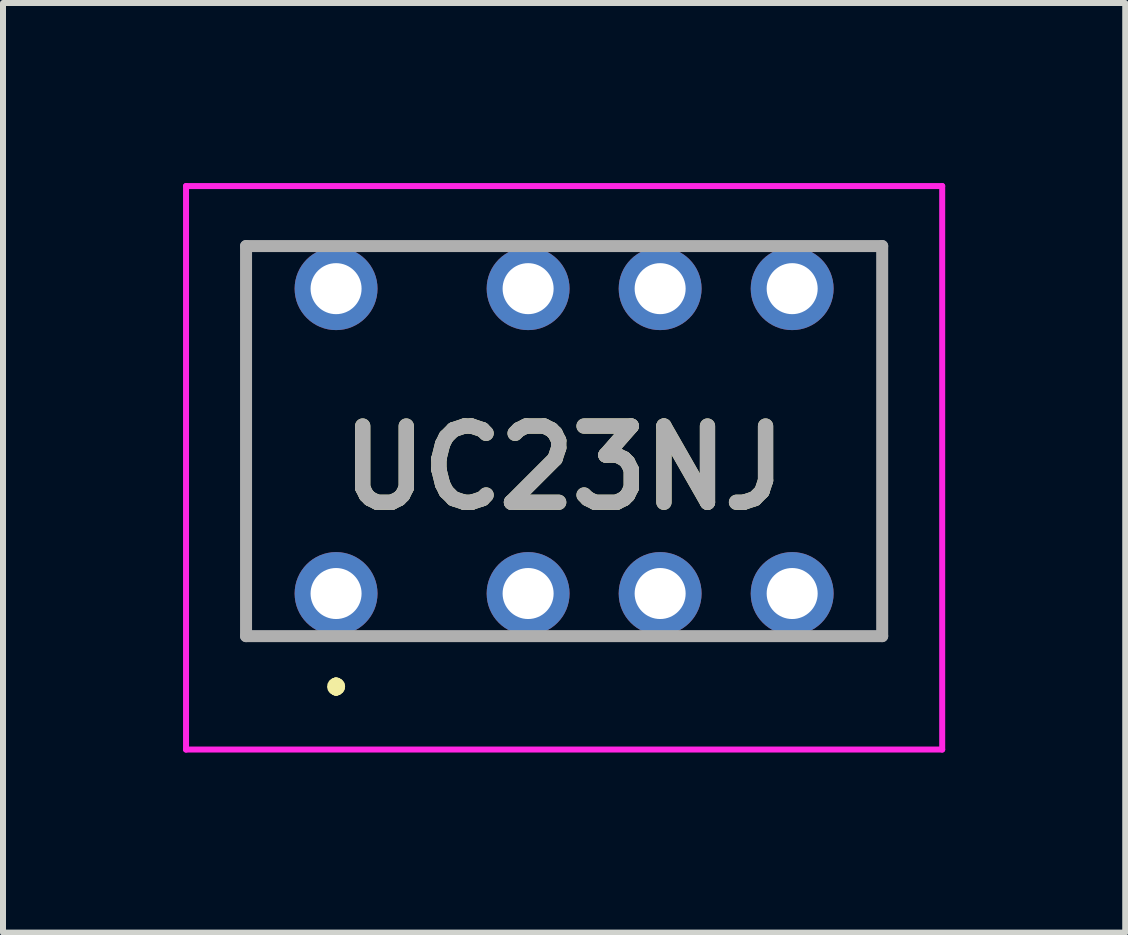
<source format=kicad_pcb>
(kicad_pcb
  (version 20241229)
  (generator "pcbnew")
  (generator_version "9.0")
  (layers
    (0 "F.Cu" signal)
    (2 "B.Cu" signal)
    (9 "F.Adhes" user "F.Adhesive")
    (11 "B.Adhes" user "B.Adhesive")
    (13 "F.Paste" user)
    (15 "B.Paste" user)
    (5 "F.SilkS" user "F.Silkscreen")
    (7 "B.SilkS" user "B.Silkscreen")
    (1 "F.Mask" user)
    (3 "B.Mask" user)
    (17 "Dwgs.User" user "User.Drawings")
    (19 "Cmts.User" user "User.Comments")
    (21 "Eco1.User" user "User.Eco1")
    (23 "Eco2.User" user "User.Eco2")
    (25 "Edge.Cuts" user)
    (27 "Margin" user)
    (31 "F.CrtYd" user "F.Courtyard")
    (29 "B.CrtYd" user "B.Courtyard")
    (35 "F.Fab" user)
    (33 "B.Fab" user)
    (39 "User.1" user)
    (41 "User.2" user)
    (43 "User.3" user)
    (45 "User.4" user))
  (footprint "UC23NJ"
    (layer "F.Cu")
    (at 2.55 6.84)
    (property "Reference" "UC23NJ" (at 3.8 -2.095 0) (layer "F.SilkS") (effects (font (size 1.27 1.27) (thickness 0.254))))
    (attr through_hole)
    (fp_line (start -1.5 -5.79) (end -1.5 -5.79) (stroke (width 0.1) (type solid)) (layer "F.SilkS"))
    (fp_line (start -1.5 -5.79) (end -1.5 -5.79) (stroke (width 0.1) (type solid)) (layer "F.SilkS"))
    (fp_line (start -1.5 -5.79) (end -1.5 0.71) (stroke (width 0.1) (type solid)) (layer "F.SilkS"))
    (fp_line (start -1.5 -5.79) (end -1.25 -5.79) (stroke (width 0.1) (type solid)) (layer "F.SilkS"))
    (fp_line (start -1.5 0.71) (end -1.5 -5.79) (stroke (width 0.1) (type solid)) (layer "F.SilkS"))
    (fp_line (start -1.5 0.71) (end -1.5 0.71) (stroke (width 0.1) (type solid)) (layer "F.SilkS"))
    (fp_line (start -1.5 0.71) (end -1.5 0.71) (stroke (width 0.1) (type solid)) (layer "F.SilkS"))
    (fp_line (start -1.5 0.71) (end -1.25 0.71) (stroke (width 0.1) (type solid)) (layer "F.SilkS"))
    (fp_line (start -1.25 -5.79) (end -1.5 -5.79) (stroke (width 0.1) (type solid)) (layer "F.SilkS"))
    (fp_line (start -1.25 -5.79) (end -1.25 -5.79) (stroke (width 0.1) (type solid)) (layer "F.SilkS"))
    (fp_line (start -1.25 0.71) (end -1.5 0.71) (stroke (width 0.1) (type solid)) (layer "F.SilkS"))
    (fp_line (start -1.25 0.71) (end -1.25 0.71) (stroke (width 0.1) (type solid)) (layer "F.SilkS"))
    (fp_line (start 0 1.5) (end 0 1.5) (stroke (width 0.2) (type solid)) (layer "F.SilkS"))
    (fp_line (start 0 1.6) (end 0 1.6) (stroke (width 0.2) (type solid)) (layer "F.SilkS"))
    (fp_line (start 0 1.6) (end 0 1.6) (stroke (width 0.2) (type solid)) (layer "F.SilkS"))
    (fp_line (start 1 -5.79) (end 1 -5.79) (stroke (width 0.1) (type solid)) (layer "F.SilkS"))
    (fp_line (start 1 -5.79) (end 2.25 -5.79) (stroke (width 0.1) (type solid)) (layer "F.SilkS"))
    (fp_line (start 1 0.71) (end 1 0.71) (stroke (width 0.1) (type solid)) (layer "F.SilkS"))
    (fp_line (start 1 0.71) (end 2.25 0.71) (stroke (width 0.1) (type solid)) (layer "F.SilkS"))
    (fp_line (start 2.25 -5.79) (end 1 -5.79) (stroke (width 0.1) (type solid)) (layer "F.SilkS"))
    (fp_line (start 2.25 -5.79) (end 2.25 -5.79) (stroke (width 0.1) (type solid)) (layer "F.SilkS"))
    (fp_line (start 2.25 0.71) (end 1 0.71) (stroke (width 0.1) (type solid)) (layer "F.SilkS"))
    (fp_line (start 2.25 0.71) (end 2.25 0.71) (stroke (width 0.1) (type solid)) (layer "F.SilkS"))
    (fp_line (start 8.75 -5.79) (end 8.75 -5.79) (stroke (width 0.1) (type solid)) (layer "F.SilkS"))
    (fp_line (start 8.75 -5.79) (end 9.1 -5.79) (stroke (width 0.1) (type solid)) (layer "F.SilkS"))
    (fp_line (start 8.75 0.71) (end 8.75 0.71) (stroke (width 0.1) (type solid)) (layer "F.SilkS"))
    (fp_line (start 8.75 0.71) (end 9.1 0.71) (stroke (width 0.1) (type solid)) (layer "F.SilkS"))
    (fp_line (start 9.1 -5.79) (end 8.75 -5.79) (stroke (width 0.1) (type solid)) (layer "F.SilkS"))
    (fp_line (start 9.1 -5.79) (end 9.1 -5.79) (stroke (width 0.1) (type solid)) (layer "F.SilkS"))
    (fp_line (start 9.1 -5.79) (end 9.1 -5.79) (stroke (width 0.1) (type solid)) (layer "F.SilkS"))
    (fp_line (start 9.1 -5.79) (end 9.1 0.71) (stroke (width 0.1) (type solid)) (layer "F.SilkS"))
    (fp_line (start 9.1 0.71) (end 8.75 0.71) (stroke (width 0.1) (type solid)) (layer "F.SilkS"))
    (fp_line (start 9.1 0.71) (end 9.1 -5.79) (stroke (width 0.1) (type solid)) (layer "F.SilkS"))
    (fp_line (start 9.1 0.71) (end 9.1 0.71) (stroke (width 0.1) (type solid)) (layer "F.SilkS"))
    (fp_line (start 9.1 0.71) (end 9.1 0.71) (stroke (width 0.1) (type solid)) (layer "F.SilkS"))
    (fp_arc (start 0 1.5) (mid 0.05 1.55) (end 0 1.6) (stroke (width 0.2) (type solid)) (layer "F.SilkS"))
    (fp_arc (start 0 1.5) (mid 0.05 1.55) (end 0 1.6) (stroke (width 0.2) (type solid)) (layer "F.SilkS"))
    (fp_arc (start 0 1.6) (mid -0.05 1.55) (end 0 1.5) (stroke (width 0.2) (type solid)) (layer "F.SilkS"))
    (fp_line (start -2.5 -6.79) (end -2.5 2.6) (stroke (width 0.1) (type solid)) (layer "F.CrtYd"))
    (fp_line (start -2.5 2.6) (end 10.1 2.6) (stroke (width 0.1) (type solid)) (layer "F.CrtYd"))
    (fp_line (start 10.1 -6.79) (end -2.5 -6.79) (stroke (width 0.1) (type solid)) (layer "F.CrtYd"))
    (fp_line (start 10.1 2.6) (end 10.1 -6.79) (stroke (width 0.1) (type solid)) (layer "F.CrtYd"))
    (fp_line (start -1.5 -5.79) (end 9.1 -5.79) (stroke (width 0.2) (type solid)) (layer "F.Fab"))
    (fp_line (start -1.5 0.71) (end -1.5 -5.79) (stroke (width 0.2) (type solid)) (layer "F.Fab"))
    (fp_line (start 9.1 -5.79) (end 9.1 0.71) (stroke (width 0.2) (type solid)) (layer "F.Fab"))
    (fp_line (start 9.1 0.71) (end -1.5 0.71) (stroke (width 0.2) (type solid)) (layer "F.Fab"))
    (fp_text user "${REFERENCE}" (at 3.8 -2.095 0) (layer "F.Fab") (effects (font (size 1.27 1.27) (thickness 0.254))))
    (pad "1" thru_hole circle (at 0 0) (size 1.381 1.381) (drill 0.85) (layers "*.Cu" "*.Mask"))
    (pad "2" thru_hole circle (at 3.2 0) (size 1.381 1.381) (drill 0.85) (layers "*.Cu" "*.Mask"))
    (pad "3" thru_hole circle (at 5.4 0) (size 1.381 1.381) (drill 0.85) (layers "*.Cu" "*.Mask"))
    (pad "4" thru_hole circle (at 7.6 0) (size 1.381 1.381) (drill 0.85) (layers "*.Cu" "*.Mask"))
    (pad "5" thru_hole circle (at 7.6 -5.08) (size 1.381 1.381) (drill 0.85) (layers "*.Cu" "*.Mask"))
    (pad "6" thru_hole circle (at 5.4 -5.08) (size 1.381 1.381) (drill 0.85) (layers "*.Cu" "*.Mask"))
    (pad "7" thru_hole circle (at 3.2 -5.08) (size 1.381 1.381) (drill 0.85) (layers "*.Cu" "*.Mask"))
    (pad "8" thru_hole circle (at 0 -5.08) (size 1.381 1.381) (drill 0.85) (layers "*.Cu" "*.Mask")))
  (gr_rect
    (start -3 -3)
    (end 15.7 12.49)
    (stroke (width 0.1) (type default))
    (fill no)
    (layer "Edge.Cuts")))
</source>
